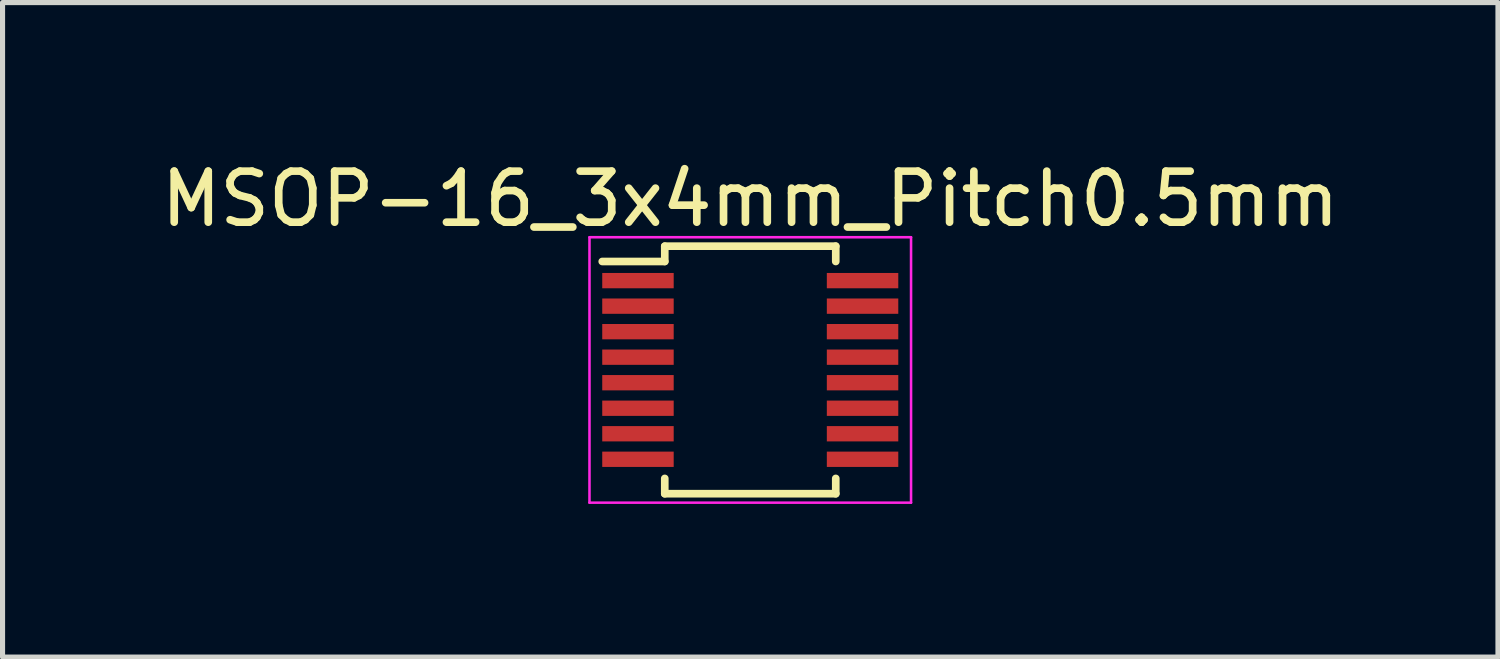
<source format=kicad_pcb>
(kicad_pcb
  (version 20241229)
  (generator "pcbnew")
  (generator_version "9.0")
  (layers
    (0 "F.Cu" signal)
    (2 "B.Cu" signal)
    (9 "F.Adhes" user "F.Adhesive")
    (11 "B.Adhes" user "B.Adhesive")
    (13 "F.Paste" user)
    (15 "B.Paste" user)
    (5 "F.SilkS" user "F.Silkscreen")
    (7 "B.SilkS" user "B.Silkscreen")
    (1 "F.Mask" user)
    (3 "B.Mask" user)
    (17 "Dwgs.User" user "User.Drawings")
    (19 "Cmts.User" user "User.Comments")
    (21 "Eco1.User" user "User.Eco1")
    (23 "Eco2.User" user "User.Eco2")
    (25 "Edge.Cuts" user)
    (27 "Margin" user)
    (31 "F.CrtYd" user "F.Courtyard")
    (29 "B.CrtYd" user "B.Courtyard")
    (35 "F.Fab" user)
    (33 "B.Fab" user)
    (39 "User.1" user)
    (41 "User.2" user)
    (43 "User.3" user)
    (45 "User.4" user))
  (footprint "MSOP-16_3x4mm_Pitch0.5mm"
    (layer "F.Cu")
    (at 11.649 4.198)
    (property "Reference" "MSOP-16_3x4mm_Pitch0.5mm" (at 0 -3.35 0) (layer "F.SilkS") (effects (font (size 1 1) (thickness 0.15))))
    (attr smd)
    (fp_line (start -1.675 -2.425) (end -1.675 -2.125) (stroke (width 0.15) (type solid)) (layer "F.SilkS"))
    (fp_line (start -1.675 -2.425) (end 1.675 -2.425) (stroke (width 0.15) (type solid)) (layer "F.SilkS"))
    (fp_line (start -1.675 -2.125) (end -2.9 -2.125) (stroke (width 0.15) (type solid)) (layer "F.SilkS"))
    (fp_line (start -1.675 2.425) (end -1.675 2.125) (stroke (width 0.15) (type solid)) (layer "F.SilkS"))
    (fp_line (start -1.675 2.425) (end 1.675 2.425) (stroke (width 0.15) (type solid)) (layer "F.SilkS"))
    (fp_line (start 1.675 -2.425) (end 1.675 -2.125) (stroke (width 0.15) (type solid)) (layer "F.SilkS"))
    (fp_line (start 1.675 2.425) (end 1.675 2.125) (stroke (width 0.15) (type solid)) (layer "F.SilkS"))
    (fp_line (start -3.15 -2.6) (end -3.15 2.6) (stroke (width 0.05) (type solid)) (layer "F.CrtYd"))
    (fp_line (start -3.15 -2.6) (end 3.15 -2.6) (stroke (width 0.05) (type solid)) (layer "F.CrtYd"))
    (fp_line (start -3.15 2.6) (end 3.15 2.6) (stroke (width 0.05) (type solid)) (layer "F.CrtYd"))
    (fp_line (start 3.15 -2.6) (end 3.15 2.6) (stroke (width 0.05) (type solid)) (layer "F.CrtYd"))
    (pad "1" smd rect (at -2.2 -1.75) (size 1.4 0.3) (layers "F.Cu" "F.Mask" "F.Paste"))
    (pad "2" smd rect (at -2.2 -1.25) (size 1.4 0.3) (layers "F.Cu" "F.Mask" "F.Paste"))
    (pad "3" smd rect (at -2.2 -0.75) (size 1.4 0.3) (layers "F.Cu" "F.Mask" "F.Paste"))
    (pad "4" smd rect (at -2.2 -0.25) (size 1.4 0.3) (layers "F.Cu" "F.Mask" "F.Paste"))
    (pad "5" smd rect (at -2.2 0.25) (size 1.4 0.3) (layers "F.Cu" "F.Mask" "F.Paste"))
    (pad "6" smd rect (at -2.2 0.75) (size 1.4 0.3) (layers "F.Cu" "F.Mask" "F.Paste"))
    (pad "7" smd rect (at -2.2 1.25) (size 1.4 0.3) (layers "F.Cu" "F.Mask" "F.Paste"))
    (pad "8" smd rect (at -2.2 1.75) (size 1.4 0.3) (layers "F.Cu" "F.Mask" "F.Paste"))
    (pad "9" smd rect (at 2.2 1.75) (size 1.4 0.3) (layers "F.Cu" "F.Mask" "F.Paste"))
    (pad "10" smd rect (at 2.2 1.25) (size 1.4 0.3) (layers "F.Cu" "F.Mask" "F.Paste"))
    (pad "11" smd rect (at 2.2 0.75) (size 1.4 0.3) (layers "F.Cu" "F.Mask" "F.Paste"))
    (pad "12" smd rect (at 2.2 0.25) (size 1.4 0.3) (layers "F.Cu" "F.Mask" "F.Paste"))
    (pad "13" smd rect (at 2.2 -0.25) (size 1.4 0.3) (layers "F.Cu" "F.Mask" "F.Paste"))
    (pad "14" smd rect (at 2.2 -0.75) (size 1.4 0.3) (layers "F.Cu" "F.Mask" "F.Paste"))
    (pad "15" smd rect (at 2.2 -1.25) (size 1.4 0.3) (layers "F.Cu" "F.Mask" "F.Paste"))
    (pad "16" smd rect (at 2.2 -1.75) (size 1.4 0.3) (layers "F.Cu" "F.Mask" "F.Paste")))
  (gr_rect
    (start -3 -3)
    (end 26.298 9.823)
    (stroke (width 0.1) (type default))
    (fill no)
    (layer "Edge.Cuts")))
</source>
